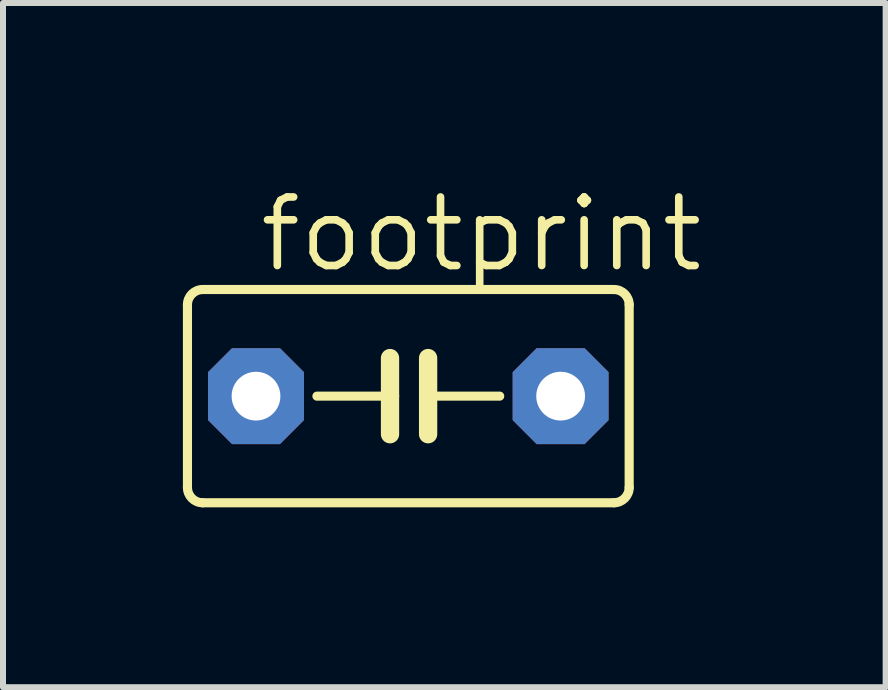
<source format=kicad_pcb>
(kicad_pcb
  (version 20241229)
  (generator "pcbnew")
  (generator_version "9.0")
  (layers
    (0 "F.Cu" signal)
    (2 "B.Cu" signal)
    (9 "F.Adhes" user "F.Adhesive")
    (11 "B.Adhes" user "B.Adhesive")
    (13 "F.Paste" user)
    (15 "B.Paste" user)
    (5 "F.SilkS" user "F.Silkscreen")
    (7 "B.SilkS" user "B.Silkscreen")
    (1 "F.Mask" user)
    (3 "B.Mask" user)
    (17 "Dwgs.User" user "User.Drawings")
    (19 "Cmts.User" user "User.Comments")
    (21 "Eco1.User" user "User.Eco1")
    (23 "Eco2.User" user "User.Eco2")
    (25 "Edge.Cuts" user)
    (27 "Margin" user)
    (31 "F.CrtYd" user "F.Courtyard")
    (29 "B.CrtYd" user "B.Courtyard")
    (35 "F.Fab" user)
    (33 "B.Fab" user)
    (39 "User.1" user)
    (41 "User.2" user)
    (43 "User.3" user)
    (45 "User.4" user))
  (footprint "footprint"
    (layer "F.Cu")
    (at 3.759 3.556)
    (property "Reference" "footprint" (at -2.54 -2.032 0) (layer "F.SilkS") (effects (font (size 1.143 1.143) (thickness 0.127)) (justify left bottom)))
    (fp_line (start -3.683 -1.524) (end -3.683 1.524) (stroke (width 0.152) (type solid)) (layer "F.SilkS"))
    (fp_line (start -3.429 1.778) (end 3.429 1.778) (stroke (width 0.152) (type solid)) (layer "F.SilkS"))
    (fp_line (start -0.305 -0.635) (end -0.305 0) (stroke (width 0.305) (type solid)) (layer "F.SilkS"))
    (fp_line (start -0.305 0) (end -1.524 0) (stroke (width 0.152) (type solid)) (layer "F.SilkS"))
    (fp_line (start -0.305 0) (end -0.305 0.635) (stroke (width 0.305) (type solid)) (layer "F.SilkS"))
    (fp_line (start 0.33 -0.635) (end 0.33 0) (stroke (width 0.305) (type solid)) (layer "F.SilkS"))
    (fp_line (start 0.33 0) (end 0.33 0.635) (stroke (width 0.305) (type solid)) (layer "F.SilkS"))
    (fp_line (start 0.33 0) (end 1.524 0) (stroke (width 0.152) (type solid)) (layer "F.SilkS"))
    (fp_line (start 3.429 -1.778) (end -3.429 -1.778) (stroke (width 0.152) (type solid)) (layer "F.SilkS"))
    (fp_line (start 3.683 1.524) (end 3.683 -1.524) (stroke (width 0.152) (type solid)) (layer "F.SilkS"))
    (fp_arc (start -3.683 -1.524) (mid -3.608605 -1.703605) (end -3.429 -1.778) (stroke (width 0.1524) (type solid)) (layer "F.SilkS"))
    (fp_arc (start -3.429 1.778) (mid -3.608605 1.703605) (end -3.683 1.524) (stroke (width 0.1524) (type solid)) (layer "F.SilkS"))
    (fp_arc (start 3.429 -1.778) (mid 3.608605 -1.703605) (end 3.683 -1.524) (stroke (width 0.1524) (type solid)) (layer "F.SilkS"))
    (fp_arc (start 3.683 1.524) (mid 3.608605 1.703605) (end 3.429 1.778) (stroke (width 0.1524) (type solid)) (layer "F.SilkS"))
    (pad "1" thru_hole roundrect (at -2.54 0) (size 1.6 1.6) (drill 0.813) (layers "*.Cu" "*.Mask") (roundrect_rratio 0.25) (chamfer_ratio 0.25) (chamfer top_left top_right bottom_left bottom_right))
    (pad "2" thru_hole roundrect (at 2.54 0) (size 1.6 1.6) (drill 0.813) (layers "*.Cu" "*.Mask") (roundrect_rratio 0.25) (chamfer_ratio 0.25) (chamfer top_left top_right bottom_left bottom_right)))
  (gr_rect
    (start -3 -3)
    (end 11.719 8.41)
    (stroke (width 0.1) (type default))
    (fill no)
    (layer "Edge.Cuts")))
</source>
